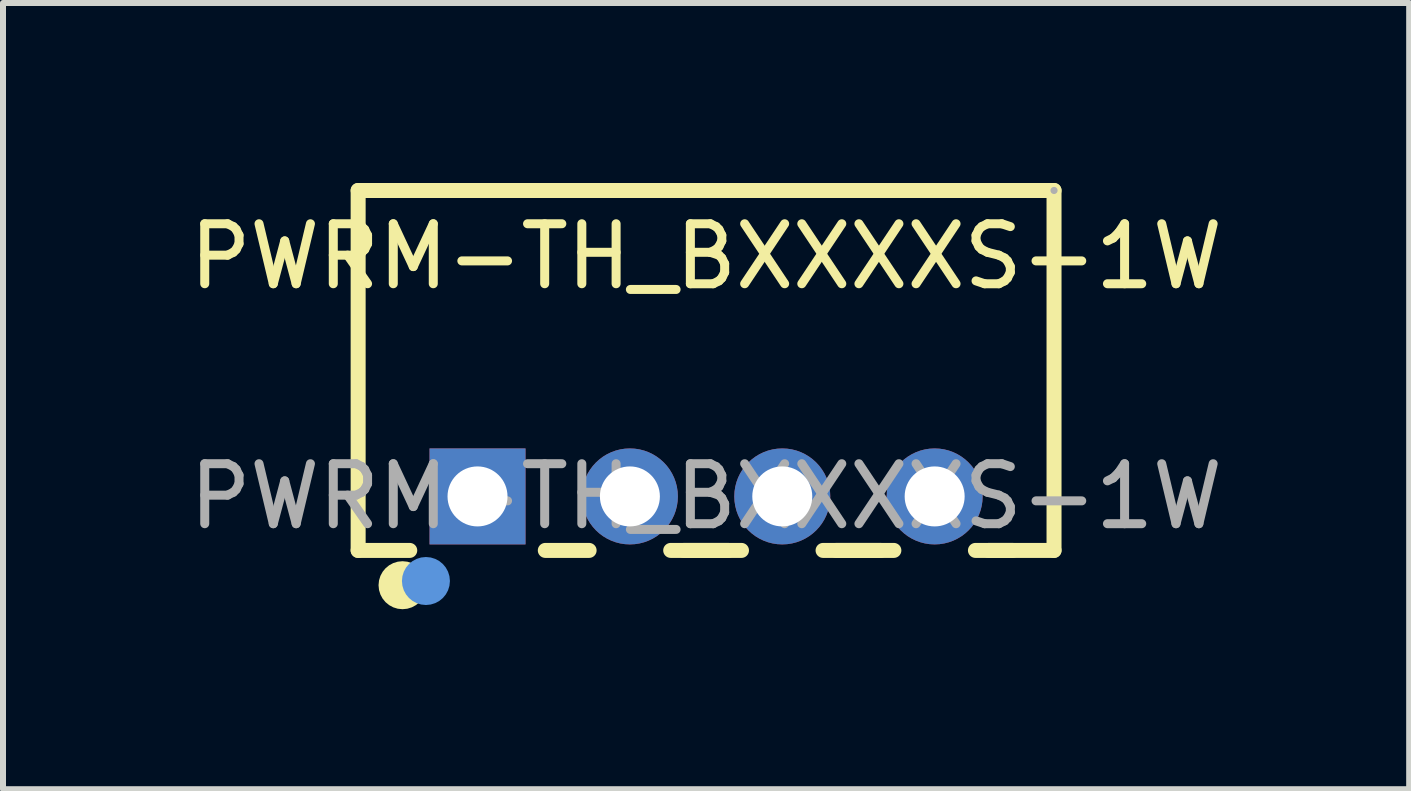
<source format=kicad_pcb>
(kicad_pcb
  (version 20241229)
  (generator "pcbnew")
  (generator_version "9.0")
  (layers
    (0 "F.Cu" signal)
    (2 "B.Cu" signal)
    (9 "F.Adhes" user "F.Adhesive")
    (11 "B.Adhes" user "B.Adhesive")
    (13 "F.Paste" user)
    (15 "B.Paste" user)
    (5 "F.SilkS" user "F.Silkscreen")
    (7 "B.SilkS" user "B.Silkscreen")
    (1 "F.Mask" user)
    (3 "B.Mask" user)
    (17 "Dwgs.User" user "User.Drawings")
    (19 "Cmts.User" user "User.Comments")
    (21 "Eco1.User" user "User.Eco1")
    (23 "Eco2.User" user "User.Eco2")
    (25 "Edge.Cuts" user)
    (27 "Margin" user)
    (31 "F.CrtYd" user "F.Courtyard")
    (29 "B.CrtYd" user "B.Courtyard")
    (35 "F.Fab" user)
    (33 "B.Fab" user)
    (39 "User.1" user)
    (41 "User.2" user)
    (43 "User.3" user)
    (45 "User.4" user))
  (footprint "PWRM-TH_BXXXXS-1W"
    (layer "F.Cu")
    (at 8.72 5.225)
    (property "Reference" "PWRM-TH_BXXXXS-1W" (at 0 -4 0) (layer "F.SilkS") (effects (font (size 1 1) (thickness 0.15))))
    (attr through_hole)
    (fp_line (start -5.8 -5.1) (end -5.8 0.9) (stroke (width 0.25) (type solid)) (layer "F.SilkS"))
    (fp_line (start -5.8 -5.1) (end 5.8 -5.1) (stroke (width 0.25) (type solid)) (layer "F.SilkS"))
    (fp_line (start -5.8 0.9) (end -4.94 0.9) (stroke (width 0.25) (type solid)) (layer "F.SilkS"))
    (fp_line (start -2.68 0.9) (end -1.95 0.9) (stroke (width 0.25) (type solid)) (layer "F.SilkS"))
    (fp_line (start -0.59 0.9) (end 0.59 0.9) (stroke (width 0.25) (type solid)) (layer "F.SilkS"))
    (fp_line (start -0.37 0.9) (end 0.37 0.9) (stroke (width 0.25) (type solid)) (layer "F.SilkS"))
    (fp_line (start 1.95 0.9) (end 3.13 0.9) (stroke (width 0.25) (type solid)) (layer "F.SilkS"))
    (fp_line (start 2.17 0.9) (end 2.91 0.9) (stroke (width 0.25) (type solid)) (layer "F.SilkS"))
    (fp_line (start 4.49 0.9) (end 5.11 0.9) (stroke (width 0.25) (type solid)) (layer "F.SilkS"))
    (fp_line (start 4.71 0.9) (end 5.8 0.9) (stroke (width 0.25) (type solid)) (layer "F.SilkS"))
    (fp_line (start 5.8 -5.1) (end 5.8 0.9) (stroke (width 0.25) (type solid)) (layer "F.SilkS"))
    (fp_circle (center -5.06 1.48) (end -4.86 1.48) (stroke (width 0.4) (type solid)) (fill no) (layer "F.SilkS"))
    (fp_circle (center -4.67 1.41) (end -4.47 1.41) (stroke (width 0.4) (type solid)) (fill no) (layer "Cmts.User"))
    (fp_circle (center 5.8 -5.1) (end 5.83 -5.1) (stroke (width 0.06) (type solid)) (fill no) (layer "F.Fab"))
    (fp_text user "${REFERENCE}" (at 0 0 0) (layer "F.Fab") (effects (font (size 1 1) (thickness 0.15))))
    (pad "1" thru_hole rect (at -3.81 0) (size 1.6 1.6) (drill 1) (layers "*.Cu" "*.Mask"))
    (pad "2" thru_hole circle (at -1.27 0) (size 1.6 1.6) (drill 1) (layers "*.Cu" "*.Mask"))
    (pad "3" thru_hole circle (at 1.27 0) (size 1.6 1.6) (drill 1) (layers "*.Cu" "*.Mask"))
    (pad "4" thru_hole circle (at 3.81 0) (size 1.6 1.6) (drill 1) (layers "*.Cu" "*.Mask")))
  (gr_rect
    (start -3 -3)
    (end 20.44 10.105)
    (stroke (width 0.1) (type default))
    (fill no)
    (layer "Edge.Cuts")))
</source>
